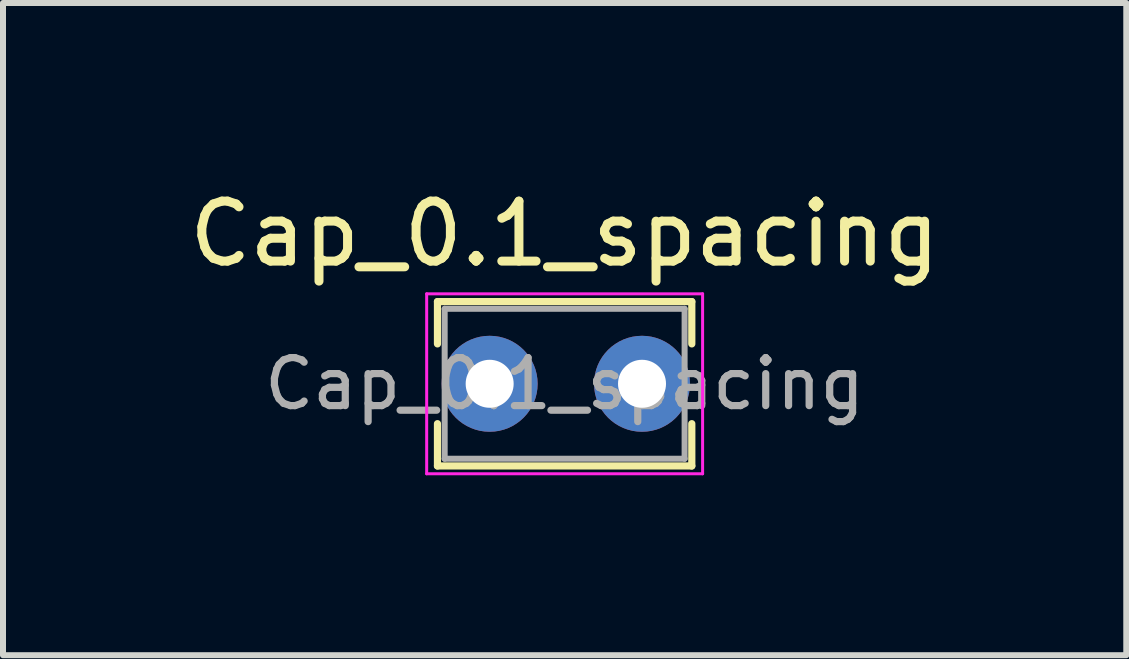
<source format=kicad_pcb>
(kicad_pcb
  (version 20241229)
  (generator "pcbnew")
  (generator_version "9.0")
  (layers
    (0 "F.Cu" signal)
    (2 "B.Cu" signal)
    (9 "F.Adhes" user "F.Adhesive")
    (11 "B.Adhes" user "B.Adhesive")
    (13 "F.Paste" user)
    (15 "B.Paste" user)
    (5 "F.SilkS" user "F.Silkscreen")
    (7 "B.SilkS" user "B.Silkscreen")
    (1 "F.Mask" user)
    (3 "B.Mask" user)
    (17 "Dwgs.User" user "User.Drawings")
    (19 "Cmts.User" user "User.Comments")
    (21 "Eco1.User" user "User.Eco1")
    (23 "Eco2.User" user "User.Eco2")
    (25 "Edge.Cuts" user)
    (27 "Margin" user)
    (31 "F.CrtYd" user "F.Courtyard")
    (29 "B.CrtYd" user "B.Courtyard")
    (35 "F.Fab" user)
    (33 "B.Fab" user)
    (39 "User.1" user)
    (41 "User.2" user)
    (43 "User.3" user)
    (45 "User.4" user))
  (footprint "Cap_0.1_spacing"
    (layer "F.Cu")
    (at 5.113 3.348)
    (property "Reference" "Cap_0.1_spacing" (at 1.25 -2.5 0) (layer "F.SilkS") (effects (font (size 1 1) (thickness 0.15))))
    (attr through_hole)
    (fp_line (start -0.87 -1.37) (end -0.87 -0.665) (stroke (width 0.12) (type solid)) (layer "F.SilkS"))
    (fp_line (start -0.87 -1.37) (end 3.37 -1.37) (stroke (width 0.12) (type solid)) (layer "F.SilkS"))
    (fp_line (start -0.87 0.665) (end -0.87 1.37) (stroke (width 0.12) (type solid)) (layer "F.SilkS"))
    (fp_line (start -0.87 1.37) (end 3.37 1.37) (stroke (width 0.12) (type solid)) (layer "F.SilkS"))
    (fp_line (start 3.37 -1.37) (end 3.37 -0.665) (stroke (width 0.12) (type solid)) (layer "F.SilkS"))
    (fp_line (start 3.37 0.665) (end 3.37 1.37) (stroke (width 0.12) (type solid)) (layer "F.SilkS"))
    (fp_line (start -1.05 -1.5) (end -1.05 1.5) (stroke (width 0.05) (type solid)) (layer "F.CrtYd"))
    (fp_line (start -1.05 1.5) (end 3.55 1.5) (stroke (width 0.05) (type solid)) (layer "F.CrtYd"))
    (fp_line (start 3.55 -1.5) (end -1.05 -1.5) (stroke (width 0.05) (type solid)) (layer "F.CrtYd"))
    (fp_line (start 3.55 1.5) (end 3.55 -1.5) (stroke (width 0.05) (type solid)) (layer "F.CrtYd"))
    (fp_line (start -0.75 -1.25) (end -0.75 1.25) (stroke (width 0.1) (type solid)) (layer "F.Fab"))
    (fp_line (start -0.75 1.25) (end 3.25 1.25) (stroke (width 0.1) (type solid)) (layer "F.Fab"))
    (fp_line (start 3.25 -1.25) (end -0.75 -1.25) (stroke (width 0.1) (type solid)) (layer "F.Fab"))
    (fp_line (start 3.25 1.25) (end 3.25 -1.25) (stroke (width 0.1) (type solid)) (layer "F.Fab"))
    (fp_text user "${REFERENCE}" (at 1.25 0 0) (layer "F.Fab") (effects (font (size 0.8 0.8) (thickness 0.12))))
    (pad "1" thru_hole circle (at 0 0) (size 1.6 1.6) (drill 0.8) (layers "*.Cu" "*.Mask"))
    (pad "2" thru_hole circle (at 2.54 0) (size 1.6 1.6) (drill 0.8) (layers "*.Cu" "*.Mask")))
  (gr_rect
    (start -3 -3)
    (end 15.726 7.873)
    (stroke (width 0.1) (type default))
    (fill no)
    (layer "Edge.Cuts")))
</source>
